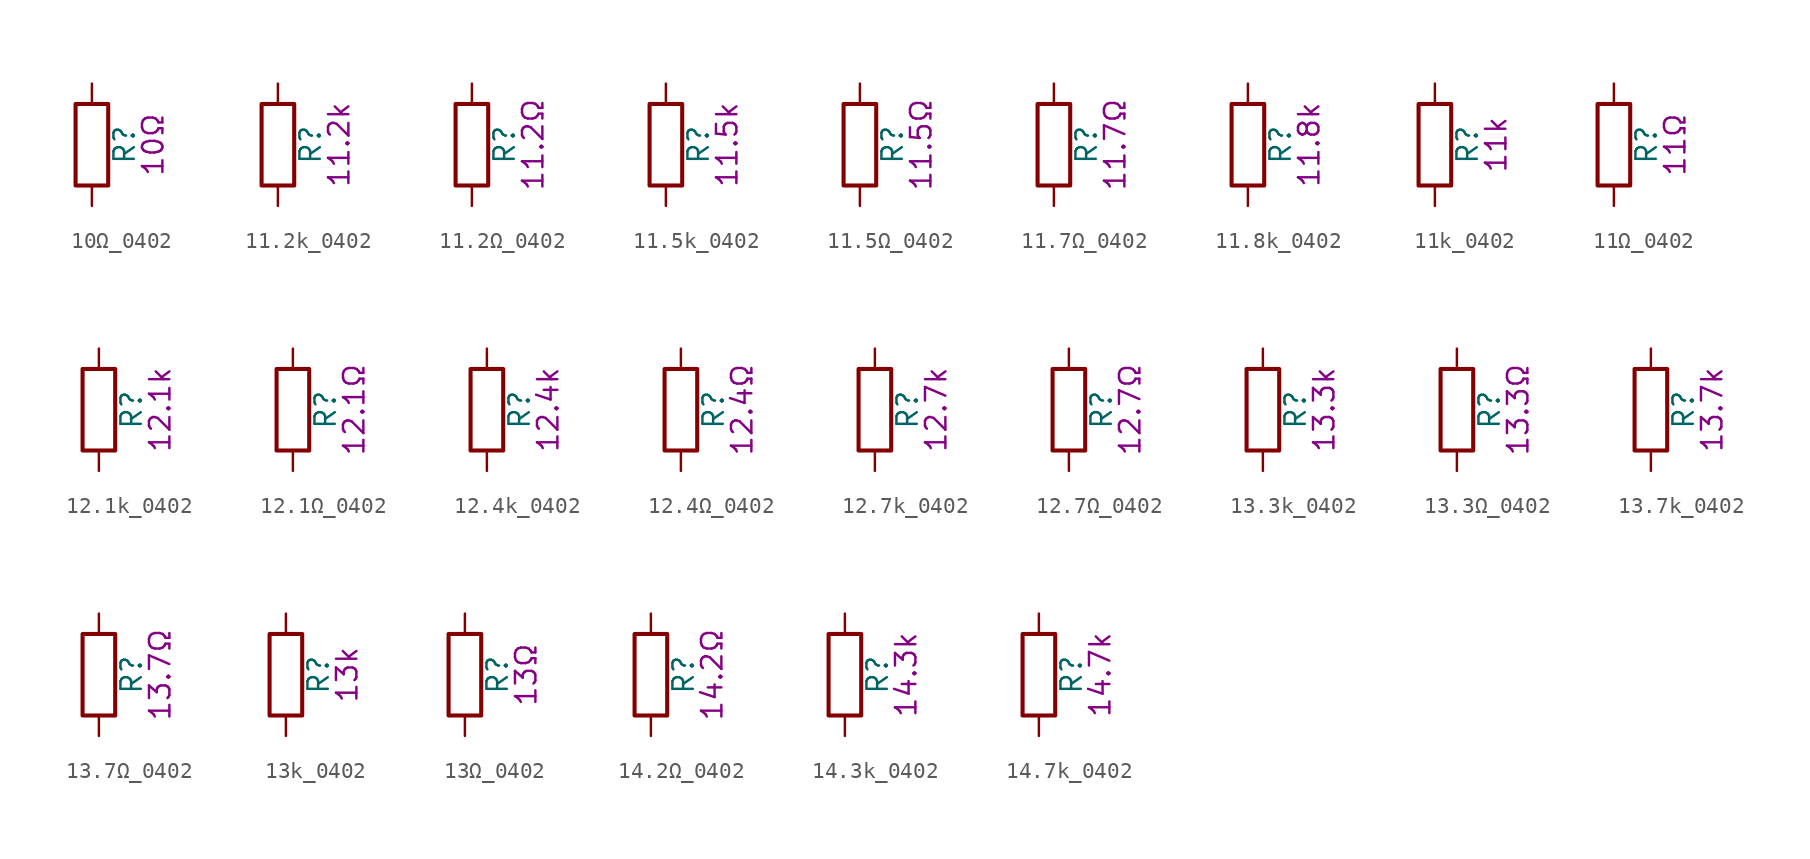
<source format=kicad_sym>
(kicad_symbol_lib
  (version 20211014)
  (generator kicad_symbol_editor)
  (symbol "10Ω_0402"
    (pin_numbers hide)
    (pin_names
      (offset 0))
    (property "Reference" "R"
      (at 2.032 0 90)
      (effects (font (size 1.27 1.27))))
    (property "Display" "10Ω"
      (at 3.81 0 90)
      (effects (font (size 1.27 1.27))))
    (symbol "10Ω_0402_0_1"
      (rectangle (start -1.016 -2.54) (end 1.016 2.54) (stroke (width 0.254) (type default) (color 0 0 0 0)) (fill (type none))))
    (symbol "10Ω_0402_1_1"
      (pin passive line (at 0 3.81 270) (length 1.27) (name "~" (effects (font (size 1.27 1.27)))) (number "1" (effects (font (size 1.27 1.27)))))
      (pin passive line (at 0 -3.81 90) (length 1.27) (name "~" (effects (font (size 1.27 1.27)))) (number "2" (effects (font (size 1.27 1.27)))))))
  (symbol "11.2k_0402"
    (pin_numbers hide)
    (pin_names
      (offset 0))
    (property "Reference" "R"
      (at 2.032 0 90)
      (effects (font (size 1.27 1.27))))
    (property "Display" "11.2k"
      (at 3.81 0 90)
      (effects (font (size 1.27 1.27))))
    (symbol "11.2k_0402_0_1"
      (rectangle (start -1.016 -2.54) (end 1.016 2.54) (stroke (width 0.254) (type default) (color 0 0 0 0)) (fill (type none))))
    (symbol "11.2k_0402_1_1"
      (pin passive line (at 0 3.81 270) (length 1.27) (name "~" (effects (font (size 1.27 1.27)))) (number "1" (effects (font (size 1.27 1.27)))))
      (pin passive line (at 0 -3.81 90) (length 1.27) (name "~" (effects (font (size 1.27 1.27)))) (number "2" (effects (font (size 1.27 1.27)))))))
  (symbol "11.2Ω_0402"
    (pin_numbers hide)
    (pin_names
      (offset 0))
    (property "Reference" "R"
      (at 2.032 0 90)
      (effects (font (size 1.27 1.27))))
    (property "Display" "11.2Ω"
      (at 3.81 0 90)
      (effects (font (size 1.27 1.27))))
    (symbol "11.2Ω_0402_0_1"
      (rectangle (start -1.016 -2.54) (end 1.016 2.54) (stroke (width 0.254) (type default) (color 0 0 0 0)) (fill (type none))))
    (symbol "11.2Ω_0402_1_1"
      (pin passive line (at 0 3.81 270) (length 1.27) (name "~" (effects (font (size 1.27 1.27)))) (number "1" (effects (font (size 1.27 1.27)))))
      (pin passive line (at 0 -3.81 90) (length 1.27) (name "~" (effects (font (size 1.27 1.27)))) (number "2" (effects (font (size 1.27 1.27)))))))
  (symbol "11.5k_0402"
    (pin_numbers hide)
    (pin_names
      (offset 0))
    (property "Reference" "R"
      (at 2.032 0 90)
      (effects (font (size 1.27 1.27))))
    (property "Display" "11.5k"
      (at 3.81 0 90)
      (effects (font (size 1.27 1.27))))
    (symbol "11.5k_0402_0_1"
      (rectangle (start -1.016 -2.54) (end 1.016 2.54) (stroke (width 0.254) (type default) (color 0 0 0 0)) (fill (type none))))
    (symbol "11.5k_0402_1_1"
      (pin passive line (at 0 3.81 270) (length 1.27) (name "~" (effects (font (size 1.27 1.27)))) (number "1" (effects (font (size 1.27 1.27)))))
      (pin passive line (at 0 -3.81 90) (length 1.27) (name "~" (effects (font (size 1.27 1.27)))) (number "2" (effects (font (size 1.27 1.27)))))))
  (symbol "11.5Ω_0402"
    (pin_numbers hide)
    (pin_names
      (offset 0))
    (property "Reference" "R"
      (at 2.032 0 90)
      (effects (font (size 1.27 1.27))))
    (property "Display" "11.5Ω"
      (at 3.81 0 90)
      (effects (font (size 1.27 1.27))))
    (symbol "11.5Ω_0402_0_1"
      (rectangle (start -1.016 -2.54) (end 1.016 2.54) (stroke (width 0.254) (type default) (color 0 0 0 0)) (fill (type none))))
    (symbol "11.5Ω_0402_1_1"
      (pin passive line (at 0 3.81 270) (length 1.27) (name "~" (effects (font (size 1.27 1.27)))) (number "1" (effects (font (size 1.27 1.27)))))
      (pin passive line (at 0 -3.81 90) (length 1.27) (name "~" (effects (font (size 1.27 1.27)))) (number "2" (effects (font (size 1.27 1.27)))))))
  (symbol "11.7Ω_0402"
    (pin_numbers hide)
    (pin_names
      (offset 0))
    (property "Reference" "R"
      (at 2.032 0 90)
      (effects (font (size 1.27 1.27))))
    (property "Display" "11.7Ω"
      (at 3.81 0 90)
      (effects (font (size 1.27 1.27))))
    (symbol "11.7Ω_0402_0_1"
      (rectangle (start -1.016 -2.54) (end 1.016 2.54) (stroke (width 0.254) (type default) (color 0 0 0 0)) (fill (type none))))
    (symbol "11.7Ω_0402_1_1"
      (pin passive line (at 0 3.81 270) (length 1.27) (name "~" (effects (font (size 1.27 1.27)))) (number "1" (effects (font (size 1.27 1.27)))))
      (pin passive line (at 0 -3.81 90) (length 1.27) (name "~" (effects (font (size 1.27 1.27)))) (number "2" (effects (font (size 1.27 1.27)))))))
  (symbol "11.8k_0402"
    (pin_numbers hide)
    (pin_names
      (offset 0))
    (property "Reference" "R"
      (at 2.032 0 90)
      (effects (font (size 1.27 1.27))))
    (property "Display" "11.8k"
      (at 3.81 0 90)
      (effects (font (size 1.27 1.27))))
    (symbol "11.8k_0402_0_1"
      (rectangle (start -1.016 -2.54) (end 1.016 2.54) (stroke (width 0.254) (type default) (color 0 0 0 0)) (fill (type none))))
    (symbol "11.8k_0402_1_1"
      (pin passive line (at 0 3.81 270) (length 1.27) (name "~" (effects (font (size 1.27 1.27)))) (number "1" (effects (font (size 1.27 1.27)))))
      (pin passive line (at 0 -3.81 90) (length 1.27) (name "~" (effects (font (size 1.27 1.27)))) (number "2" (effects (font (size 1.27 1.27)))))))
  (symbol "11k_0402"
    (pin_numbers hide)
    (pin_names
      (offset 0))
    (property "Reference" "R"
      (at 2.032 0 90)
      (effects (font (size 1.27 1.27))))
    (property "Display" "11k"
      (at 3.81 0 90)
      (effects (font (size 1.27 1.27))))
    (symbol "11k_0402_0_1"
      (rectangle (start -1.016 -2.54) (end 1.016 2.54) (stroke (width 0.254) (type default) (color 0 0 0 0)) (fill (type none))))
    (symbol "11k_0402_1_1"
      (pin passive line (at 0 3.81 270) (length 1.27) (name "~" (effects (font (size 1.27 1.27)))) (number "1" (effects (font (size 1.27 1.27)))))
      (pin passive line (at 0 -3.81 90) (length 1.27) (name "~" (effects (font (size 1.27 1.27)))) (number "2" (effects (font (size 1.27 1.27)))))))
  (symbol "11Ω_0402"
    (pin_numbers hide)
    (pin_names
      (offset 0))
    (property "Reference" "R"
      (at 2.032 0 90)
      (effects (font (size 1.27 1.27))))
    (property "Display" "11Ω"
      (at 3.81 0 90)
      (effects (font (size 1.27 1.27))))
    (symbol "11Ω_0402_0_1"
      (rectangle (start -1.016 -2.54) (end 1.016 2.54) (stroke (width 0.254) (type default) (color 0 0 0 0)) (fill (type none))))
    (symbol "11Ω_0402_1_1"
      (pin passive line (at 0 3.81 270) (length 1.27) (name "~" (effects (font (size 1.27 1.27)))) (number "1" (effects (font (size 1.27 1.27)))))
      (pin passive line (at 0 -3.81 90) (length 1.27) (name "~" (effects (font (size 1.27 1.27)))) (number "2" (effects (font (size 1.27 1.27)))))))
  (symbol "12.1k_0402"
    (pin_numbers hide)
    (pin_names
      (offset 0))
    (property "Reference" "R"
      (at 2.032 0 90)
      (effects (font (size 1.27 1.27))))
    (property "Display" "12.1k"
      (at 3.81 0 90)
      (effects (font (size 1.27 1.27))))
    (symbol "12.1k_0402_0_1"
      (rectangle (start -1.016 -2.54) (end 1.016 2.54) (stroke (width 0.254) (type default) (color 0 0 0 0)) (fill (type none))))
    (symbol "12.1k_0402_1_1"
      (pin passive line (at 0 3.81 270) (length 1.27) (name "~" (effects (font (size 1.27 1.27)))) (number "1" (effects (font (size 1.27 1.27)))))
      (pin passive line (at 0 -3.81 90) (length 1.27) (name "~" (effects (font (size 1.27 1.27)))) (number "2" (effects (font (size 1.27 1.27)))))))
  (symbol "12.1Ω_0402"
    (pin_numbers hide)
    (pin_names
      (offset 0))
    (property "Reference" "R"
      (at 2.032 0 90)
      (effects (font (size 1.27 1.27))))
    (property "Display" "12.1Ω"
      (at 3.81 0 90)
      (effects (font (size 1.27 1.27))))
    (symbol "12.1Ω_0402_0_1"
      (rectangle (start -1.016 -2.54) (end 1.016 2.54) (stroke (width 0.254) (type default) (color 0 0 0 0)) (fill (type none))))
    (symbol "12.1Ω_0402_1_1"
      (pin passive line (at 0 3.81 270) (length 1.27) (name "~" (effects (font (size 1.27 1.27)))) (number "1" (effects (font (size 1.27 1.27)))))
      (pin passive line (at 0 -3.81 90) (length 1.27) (name "~" (effects (font (size 1.27 1.27)))) (number "2" (effects (font (size 1.27 1.27)))))))
  (symbol "12.4k_0402"
    (pin_numbers hide)
    (pin_names
      (offset 0))
    (property "Reference" "R"
      (at 2.032 0 90)
      (effects (font (size 1.27 1.27))))
    (property "Display" "12.4k"
      (at 3.81 0 90)
      (effects (font (size 1.27 1.27))))
    (symbol "12.4k_0402_0_1"
      (rectangle (start -1.016 -2.54) (end 1.016 2.54) (stroke (width 0.254) (type default) (color 0 0 0 0)) (fill (type none))))
    (symbol "12.4k_0402_1_1"
      (pin passive line (at 0 3.81 270) (length 1.27) (name "~" (effects (font (size 1.27 1.27)))) (number "1" (effects (font (size 1.27 1.27)))))
      (pin passive line (at 0 -3.81 90) (length 1.27) (name "~" (effects (font (size 1.27 1.27)))) (number "2" (effects (font (size 1.27 1.27)))))))
  (symbol "12.4Ω_0402"
    (pin_numbers hide)
    (pin_names
      (offset 0))
    (property "Reference" "R"
      (at 2.032 0 90)
      (effects (font (size 1.27 1.27))))
    (property "Display" "12.4Ω"
      (at 3.81 0 90)
      (effects (font (size 1.27 1.27))))
    (symbol "12.4Ω_0402_0_1"
      (rectangle (start -1.016 -2.54) (end 1.016 2.54) (stroke (width 0.254) (type default) (color 0 0 0 0)) (fill (type none))))
    (symbol "12.4Ω_0402_1_1"
      (pin passive line (at 0 3.81 270) (length 1.27) (name "~" (effects (font (size 1.27 1.27)))) (number "1" (effects (font (size 1.27 1.27)))))
      (pin passive line (at 0 -3.81 90) (length 1.27) (name "~" (effects (font (size 1.27 1.27)))) (number "2" (effects (font (size 1.27 1.27)))))))
  (symbol "12.7k_0402"
    (pin_numbers hide)
    (pin_names
      (offset 0))
    (property "Reference" "R"
      (at 2.032 0 90)
      (effects (font (size 1.27 1.27))))
    (property "Display" "12.7k"
      (at 3.81 0 90)
      (effects (font (size 1.27 1.27))))
    (symbol "12.7k_0402_0_1"
      (rectangle (start -1.016 -2.54) (end 1.016 2.54) (stroke (width 0.254) (type default) (color 0 0 0 0)) (fill (type none))))
    (symbol "12.7k_0402_1_1"
      (pin passive line (at 0 3.81 270) (length 1.27) (name "~" (effects (font (size 1.27 1.27)))) (number "1" (effects (font (size 1.27 1.27)))))
      (pin passive line (at 0 -3.81 90) (length 1.27) (name "~" (effects (font (size 1.27 1.27)))) (number "2" (effects (font (size 1.27 1.27)))))))
  (symbol "12.7Ω_0402"
    (pin_numbers hide)
    (pin_names
      (offset 0))
    (property "Reference" "R"
      (at 2.032 0 90)
      (effects (font (size 1.27 1.27))))
    (property "Display" "12.7Ω"
      (at 3.81 0 90)
      (effects (font (size 1.27 1.27))))
    (symbol "12.7Ω_0402_0_1"
      (rectangle (start -1.016 -2.54) (end 1.016 2.54) (stroke (width 0.254) (type default) (color 0 0 0 0)) (fill (type none))))
    (symbol "12.7Ω_0402_1_1"
      (pin passive line (at 0 3.81 270) (length 1.27) (name "~" (effects (font (size 1.27 1.27)))) (number "1" (effects (font (size 1.27 1.27)))))
      (pin passive line (at 0 -3.81 90) (length 1.27) (name "~" (effects (font (size 1.27 1.27)))) (number "2" (effects (font (size 1.27 1.27)))))))
  (symbol "13.3k_0402"
    (pin_numbers hide)
    (pin_names
      (offset 0))
    (property "Reference" "R"
      (at 2.032 0 90)
      (effects (font (size 1.27 1.27))))
    (property "Display" "13.3k"
      (at 3.81 0 90)
      (effects (font (size 1.27 1.27))))
    (symbol "13.3k_0402_0_1"
      (rectangle (start -1.016 -2.54) (end 1.016 2.54) (stroke (width 0.254) (type default) (color 0 0 0 0)) (fill (type none))))
    (symbol "13.3k_0402_1_1"
      (pin passive line (at 0 3.81 270) (length 1.27) (name "~" (effects (font (size 1.27 1.27)))) (number "1" (effects (font (size 1.27 1.27)))))
      (pin passive line (at 0 -3.81 90) (length 1.27) (name "~" (effects (font (size 1.27 1.27)))) (number "2" (effects (font (size 1.27 1.27)))))))
  (symbol "13.3Ω_0402"
    (pin_numbers hide)
    (pin_names
      (offset 0))
    (property "Reference" "R"
      (at 2.032 0 90)
      (effects (font (size 1.27 1.27))))
    (property "Display" "13.3Ω"
      (at 3.81 0 90)
      (effects (font (size 1.27 1.27))))
    (symbol "13.3Ω_0402_0_1"
      (rectangle (start -1.016 -2.54) (end 1.016 2.54) (stroke (width 0.254) (type default) (color 0 0 0 0)) (fill (type none))))
    (symbol "13.3Ω_0402_1_1"
      (pin passive line (at 0 3.81 270) (length 1.27) (name "~" (effects (font (size 1.27 1.27)))) (number "1" (effects (font (size 1.27 1.27)))))
      (pin passive line (at 0 -3.81 90) (length 1.27) (name "~" (effects (font (size 1.27 1.27)))) (number "2" (effects (font (size 1.27 1.27)))))))
  (symbol "13.7k_0402"
    (pin_numbers hide)
    (pin_names
      (offset 0))
    (property "Reference" "R"
      (at 2.032 0 90)
      (effects (font (size 1.27 1.27))))
    (property "Display" "13.7k"
      (at 3.81 0 90)
      (effects (font (size 1.27 1.27))))
    (symbol "13.7k_0402_0_1"
      (rectangle (start -1.016 -2.54) (end 1.016 2.54) (stroke (width 0.254) (type default) (color 0 0 0 0)) (fill (type none))))
    (symbol "13.7k_0402_1_1"
      (pin passive line (at 0 3.81 270) (length 1.27) (name "~" (effects (font (size 1.27 1.27)))) (number "1" (effects (font (size 1.27 1.27)))))
      (pin passive line (at 0 -3.81 90) (length 1.27) (name "~" (effects (font (size 1.27 1.27)))) (number "2" (effects (font (size 1.27 1.27)))))))
  (symbol "13.7Ω_0402"
    (pin_numbers hide)
    (pin_names
      (offset 0))
    (property "Reference" "R"
      (at 2.032 0 90)
      (effects (font (size 1.27 1.27))))
    (property "Display" "13.7Ω"
      (at 3.81 0 90)
      (effects (font (size 1.27 1.27))))
    (symbol "13.7Ω_0402_0_1"
      (rectangle (start -1.016 -2.54) (end 1.016 2.54) (stroke (width 0.254) (type default) (color 0 0 0 0)) (fill (type none))))
    (symbol "13.7Ω_0402_1_1"
      (pin passive line (at 0 3.81 270) (length 1.27) (name "~" (effects (font (size 1.27 1.27)))) (number "1" (effects (font (size 1.27 1.27)))))
      (pin passive line (at 0 -3.81 90) (length 1.27) (name "~" (effects (font (size 1.27 1.27)))) (number "2" (effects (font (size 1.27 1.27)))))))
  (symbol "13k_0402"
    (pin_numbers hide)
    (pin_names
      (offset 0))
    (property "Reference" "R"
      (at 2.032 0 90)
      (effects (font (size 1.27 1.27))))
    (property "Display" "13k"
      (at 3.81 0 90)
      (effects (font (size 1.27 1.27))))
    (symbol "13k_0402_0_1"
      (rectangle (start -1.016 -2.54) (end 1.016 2.54) (stroke (width 0.254) (type default) (color 0 0 0 0)) (fill (type none))))
    (symbol "13k_0402_1_1"
      (pin passive line (at 0 3.81 270) (length 1.27) (name "~" (effects (font (size 1.27 1.27)))) (number "1" (effects (font (size 1.27 1.27)))))
      (pin passive line (at 0 -3.81 90) (length 1.27) (name "~" (effects (font (size 1.27 1.27)))) (number "2" (effects (font (size 1.27 1.27)))))))
  (symbol "13Ω_0402"
    (pin_numbers hide)
    (pin_names
      (offset 0))
    (property "Reference" "R"
      (at 2.032 0 90)
      (effects (font (size 1.27 1.27))))
    (property "Display" "13Ω"
      (at 3.81 0 90)
      (effects (font (size 1.27 1.27))))
    (symbol "13Ω_0402_0_1"
      (rectangle (start -1.016 -2.54) (end 1.016 2.54) (stroke (width 0.254) (type default) (color 0 0 0 0)) (fill (type none))))
    (symbol "13Ω_0402_1_1"
      (pin passive line (at 0 3.81 270) (length 1.27) (name "~" (effects (font (size 1.27 1.27)))) (number "1" (effects (font (size 1.27 1.27)))))
      (pin passive line (at 0 -3.81 90) (length 1.27) (name "~" (effects (font (size 1.27 1.27)))) (number "2" (effects (font (size 1.27 1.27)))))))
  (symbol "14.2Ω_0402"
    (pin_numbers hide)
    (pin_names
      (offset 0))
    (property "Reference" "R"
      (at 2.032 0 90)
      (effects (font (size 1.27 1.27))))
    (property "Display" "14.2Ω"
      (at 3.81 0 90)
      (effects (font (size 1.27 1.27))))
    (symbol "14.2Ω_0402_0_1"
      (rectangle (start -1.016 -2.54) (end 1.016 2.54) (stroke (width 0.254) (type default) (color 0 0 0 0)) (fill (type none))))
    (symbol "14.2Ω_0402_1_1"
      (pin passive line (at 0 3.81 270) (length 1.27) (name "~" (effects (font (size 1.27 1.27)))) (number "1" (effects (font (size 1.27 1.27)))))
      (pin passive line (at 0 -3.81 90) (length 1.27) (name "~" (effects (font (size 1.27 1.27)))) (number "2" (effects (font (size 1.27 1.27)))))))
  (symbol "14.3k_0402"
    (pin_numbers hide)
    (pin_names
      (offset 0))
    (property "Reference" "R"
      (at 2.032 0 90)
      (effects (font (size 1.27 1.27))))
    (property "Display" "14.3k"
      (at 3.81 0 90)
      (effects (font (size 1.27 1.27))))
    (symbol "14.3k_0402_0_1"
      (rectangle (start -1.016 -2.54) (end 1.016 2.54) (stroke (width 0.254) (type default) (color 0 0 0 0)) (fill (type none))))
    (symbol "14.3k_0402_1_1"
      (pin passive line (at 0 3.81 270) (length 1.27) (name "~" (effects (font (size 1.27 1.27)))) (number "1" (effects (font (size 1.27 1.27)))))
      (pin passive line (at 0 -3.81 90) (length 1.27) (name "~" (effects (font (size 1.27 1.27)))) (number "2" (effects (font (size 1.27 1.27)))))))
  (symbol "14.7k_0402"
    (pin_numbers hide)
    (pin_names
      (offset 0))
    (property "Reference" "R"
      (at 2.032 0 90)
      (effects (font (size 1.27 1.27))))
    (property "Display" "14.7k"
      (at 3.81 0 90)
      (effects (font (size 1.27 1.27))))
    (symbol "14.7k_0402_0_1"
      (rectangle (start -1.016 -2.54) (end 1.016 2.54) (stroke (width 0.254) (type default) (color 0 0 0 0)) (fill (type none))))
    (symbol "14.7k_0402_1_1"
      (pin passive line (at 0 3.81 270) (length 1.27) (name "~" (effects (font (size 1.27 1.27)))) (number "1" (effects (font (size 1.27 1.27)))))
      (pin passive line (at 0 -3.81 90) (length 1.27) (name "~" (effects (font (size 1.27 1.27)))) (number "2" (effects (font (size 1.27 1.27))))))))
</source>
